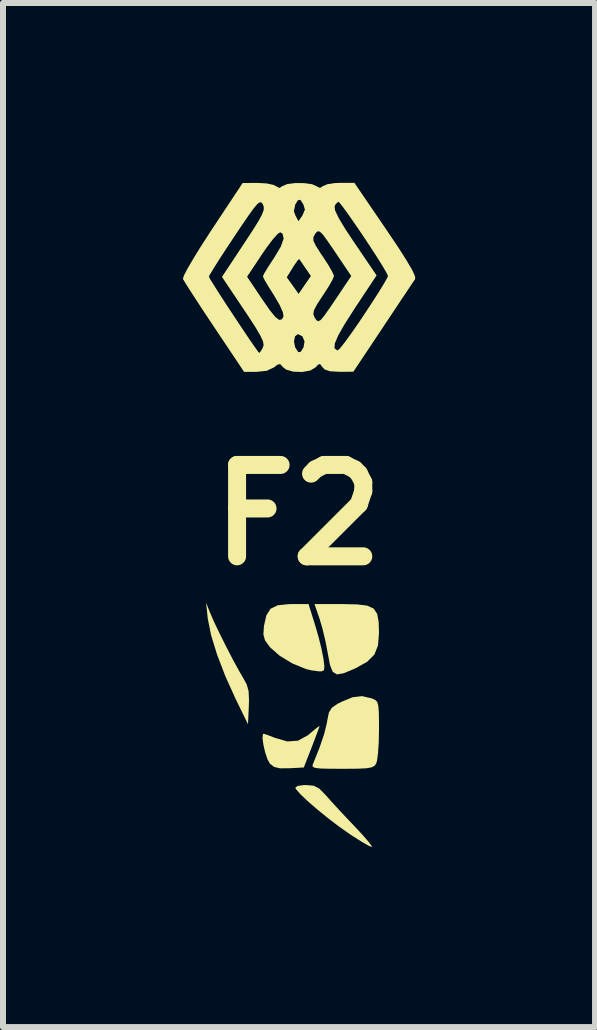
<source format=kicad_pcb>
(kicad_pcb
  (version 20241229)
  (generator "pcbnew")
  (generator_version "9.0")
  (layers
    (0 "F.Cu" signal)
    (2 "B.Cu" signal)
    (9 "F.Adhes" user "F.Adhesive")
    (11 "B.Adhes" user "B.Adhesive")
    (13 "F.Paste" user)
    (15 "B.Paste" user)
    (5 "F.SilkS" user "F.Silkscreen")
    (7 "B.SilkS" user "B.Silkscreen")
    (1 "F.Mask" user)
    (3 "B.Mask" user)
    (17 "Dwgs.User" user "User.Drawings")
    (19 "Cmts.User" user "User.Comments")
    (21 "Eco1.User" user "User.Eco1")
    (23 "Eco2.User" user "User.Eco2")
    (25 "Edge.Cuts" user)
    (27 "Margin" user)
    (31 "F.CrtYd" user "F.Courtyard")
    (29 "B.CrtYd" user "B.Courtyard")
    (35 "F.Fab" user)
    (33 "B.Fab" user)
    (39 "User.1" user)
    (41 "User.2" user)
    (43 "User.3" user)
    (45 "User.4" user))
  (footprint "F2"
    (layer "F.Cu")
    (at 1.92 5.539)
    (property "Reference" "F2" (at 0 0 0) (layer "F.SilkS") (effects (font (size 1.524 1.524) (thickness 0.3))))
    (attr board_only exclude_from_pos_files exclude_from_bom)
    (fp_poly (pts (xy -1.47 1.621) (xy -1.405 1.772) (xy -1.309 1.973) (xy -1.197 2.197) (xy -1.083 2.417) (xy -0.98 2.605) (xy -0.917 2.713) (xy -0.855 2.826) (xy -0.824 2.938) (xy -0.817 3.085) (xy -0.82 3.189) (xy -0.834 3.49) (xy -1.043 3.062) (xy -1.212 2.688) (xy -1.35 2.328) (xy -1.45 2.002) (xy -1.505 1.727) (xy -1.508 1.699) (xy -1.532 1.464)) (stroke (width 0) (type solid)) (fill yes) (layer "F.SilkS"))
    (fp_poly (pts (xy 0.987 1.491) (xy 1.156 1.512) (xy 1.263 1.562) (xy 1.321 1.65) (xy 1.346 1.789) (xy 1.351 1.971) (xy 1.334 2.176) (xy 1.274 2.328) (xy 1.155 2.447) (xy 0.963 2.555) (xy 0.934 2.568) (xy 0.763 2.639) (xy 0.65 2.659) (xy 0.58 2.617) (xy 0.534 2.504) (xy 0.498 2.315) (xy 0.458 2.105) (xy 0.407 1.892) (xy 0.359 1.729) (xy 0.275 1.486) (xy 0.743 1.486)) (stroke (width 0) (type solid)) (fill yes) (layer "F.SilkS"))
    (fp_poly (pts (xy 0.285 1.835) (xy 0.343 2.034) (xy 0.392 2.232) (xy 0.423 2.388) (xy 0.425 2.398) (xy 0.44 2.526) (xy 0.433 2.589) (xy 0.394 2.608) (xy 0.352 2.608) (xy 0.224 2.591) (xy 0.135 2.57) (xy -0.092 2.477) (xy -0.304 2.349) (xy -0.465 2.208) (xy -0.472 2.199) (xy -0.55 2.092) (xy -0.577 1.992) (xy -0.568 1.853) (xy -0.568 1.852) (xy -0.528 1.675) (xy -0.458 1.564) (xy -0.34 1.506) (xy -0.155 1.487) (xy -0.108 1.486) (xy 0.176 1.486)) (stroke (width 0) (type solid)) (fill yes) (layer "F.SilkS"))
    (fp_poly (pts (xy 0.261 4.515) (xy 0.355 4.563) (xy 0.457 4.667) (xy 0.462 4.672) (xy 0.556 4.778) (xy 0.691 4.925) (xy 0.846 5.09) (xy 0.941 5.19) (xy 1.073 5.331) (xy 1.172 5.445) (xy 1.227 5.518) (xy 1.233 5.539) (xy 1.178 5.516) (xy 1.068 5.453) (xy 0.923 5.362) (xy 0.854 5.316) (xy 0.682 5.195) (xy 0.5 5.056) (xy 0.324 4.913) (xy 0.167 4.777) (xy 0.044 4.661) (xy -0.03 4.577) (xy -0.045 4.546) (xy -0.005 4.519) (xy 0.095 4.505) (xy 0.136 4.504)) (stroke (width 0) (type solid)) (fill yes) (layer "F.SilkS"))
    (fp_poly (pts (xy 0.345 3.566) (xy 0.304 3.675) (xy 0.247 3.826) (xy 0.229 3.873) (xy 0.097 4.211) (xy -0.145 4.224) (xy -0.301 4.225) (xy -0.399 4.202) (xy -0.468 4.148) (xy -0.469 4.147) (xy -0.51 4.073) (xy -0.548 3.958) (xy -0.577 3.831) (xy -0.592 3.721) (xy -0.585 3.655) (xy -0.574 3.648) (xy -0.522 3.664) (xy -0.42 3.703) (xy -0.39 3.715) (xy -0.178 3.777) (xy 0.00019 3.764) (xy 0.166 3.673) (xy 0.201 3.643) (xy 0.294 3.565) (xy 0.351 3.522) (xy 0.36 3.519)) (stroke (width 0) (type solid)) (fill yes) (layer "F.SilkS"))
    (fp_poly (pts (xy 1.228 3.058) (xy 1.236 3.061) (xy 1.287 3.084) (xy 1.32 3.117) (xy 1.339 3.178) (xy 1.348 3.285) (xy 1.351 3.454) (xy 1.351 3.582) (xy 1.347 3.789) (xy 1.335 3.969) (xy 1.318 4.098) (xy 1.304 4.146) (xy 1.276 4.184) (xy 1.228 4.209) (xy 1.143 4.224) (xy 1.006 4.231) (xy 0.799 4.233) (xy 0.737 4.233) (xy 0.514 4.232) (xy 0.367 4.228) (xy 0.282 4.217) (xy 0.246 4.199) (xy 0.243 4.17) (xy 0.249 4.155) (xy 0.362 3.872) (xy 0.437 3.651) (xy 0.481 3.471) (xy 0.489 3.423) (xy 0.515 3.295) (xy 0.564 3.215) (xy 0.66 3.149) (xy 0.719 3.119) (xy 0.909 3.04) (xy 1.068 3.021)) (stroke (width 0) (type solid)) (fill yes) (layer "F.SilkS"))
    (fp_poly (pts (xy 1.468 -4.767) (xy 1.665 -4.475) (xy 1.809 -4.249) (xy 1.904 -4.087) (xy 1.951 -3.984) (xy 1.955 -3.936) (xy 1.918 -3.882) (xy 1.84 -3.765) (xy 1.728 -3.598) (xy 1.592 -3.393) (xy 1.439 -3.164) (xy 1.419 -3.133) (xy 0.923 -2.389) (xy 0.689 -2.388) (xy 0.532 -2.397) (xy 0.442 -2.428) (xy 0.408 -2.466) (xy 0.366 -2.52) (xy 0.327 -2.501) (xy 0.299 -2.466) (xy 0.208 -2.41) (xy 0.071 -2.385) (xy -0.078 -2.39) (xy -0.201 -2.426) (xy -0.25 -2.465) (xy -0.298 -2.517) (xy -0.345 -2.506) (xy -0.394 -2.465) (xy -0.521 -2.405) (xy -0.69 -2.387) (xy -0.899 -2.387) (xy -1.398 -3.133) (xy -1.552 -3.364) (xy -1.689 -3.573) (xy -1.801 -3.746) (xy -1.88 -3.871) (xy -1.918 -3.935) (xy -1.92 -3.939) (xy -1.908 -3.975) (xy -1.486 -3.975) (xy -1.463 -3.93) (xy -1.399 -3.827) (xy -1.306 -3.68) (xy -1.192 -3.505) (xy -1.068 -3.317) (xy -0.944 -3.13) (xy -0.83 -2.96) (xy -0.735 -2.822) (xy -0.67 -2.731) (xy -0.645 -2.702) (xy -0.618 -2.736) (xy -0.586 -2.792) (xy -0.573 -2.837) (xy -0.584 -2.895) (xy -0.067 -2.895) (xy -0.048 -2.799) (xy -0.043 -2.789) (xy 0.006 -2.715) (xy 0.046 -2.722) (xy 0.082 -2.78) (xy 0.608 -2.78) (xy 0.651 -2.748) (xy 0.667 -2.747) (xy 0.704 -2.783) (xy 0.781 -2.881) (xy 0.889 -3.03) (xy 1.018 -3.215) (xy 1.104 -3.344) (xy 1.239 -3.549) (xy 1.355 -3.73) (xy 1.442 -3.873) (xy 1.492 -3.962) (xy 1.501 -3.986) (xy 1.477 -4.038) (xy 1.413 -4.148) (xy 1.319 -4.299) (xy 1.204 -4.476) (xy 1.08 -4.663) (xy 0.956 -4.845) (xy 0.843 -5.008) (xy 0.751 -5.134) (xy 0.691 -5.21) (xy 0.673 -5.224) (xy 0.631 -5.188) (xy 0.61 -5.147) (xy 0.619 -5.078) (xy 0.679 -4.953) (xy 0.791 -4.766) (xy 0.946 -4.533) (xy 1.311 -3.996) (xy 0.943 -3.441) (xy 0.779 -3.184) (xy 0.67 -2.993) (xy 0.614 -2.86) (xy 0.608 -2.78) (xy 0.082 -2.78) (xy 0.092 -2.795) (xy 0.109 -2.894) (xy 0.073 -2.98) (xy -0.001 -3.017) (xy -0.049 -2.98) (xy -0.067 -2.895) (xy -0.584 -2.895) (xy -0.585 -2.9) (xy -0.628 -2.992) (xy -0.707 -3.127) (xy -0.829 -3.316) (xy -0.903 -3.426) (xy -1.268 -3.971) (xy -1.266 -3.974) (xy -0.849 -3.974) (xy -0.604 -3.609) (xy -0.474 -3.421) (xy -0.38 -3.305) (xy -0.315 -3.254) (xy -0.271 -3.261) (xy -0.241 -3.311) (xy -0.247 -3.348) (xy 0.256 -3.348) (xy 0.278 -3.292) (xy 0.279 -3.29) (xy 0.31 -3.246) (xy 0.34 -3.231) (xy 0.379 -3.253) (xy 0.438 -3.323) (xy 0.527 -3.449) (xy 0.65 -3.631) (xy 0.888 -3.986) (xy 0.62 -4.384) (xy 0.501 -4.559) (xy 0.421 -4.669) (xy 0.368 -4.724) (xy 0.331 -4.733) (xy 0.301 -4.708) (xy 0.287 -4.689) (xy 0.257 -4.634) (xy 0.257 -4.577) (xy 0.294 -4.496) (xy 0.374 -4.369) (xy 0.411 -4.315) (xy 0.503 -4.174) (xy 0.57 -4.058) (xy 0.6 -3.99) (xy 0.6 -3.986) (xy 0.577 -3.926) (xy 0.514 -3.815) (xy 0.425 -3.676) (xy 0.412 -3.657) (xy 0.316 -3.51) (xy 0.266 -3.414) (xy 0.256 -3.348) (xy -0.247 -3.348) (xy -0.252 -3.381) (xy -0.306 -3.502) (xy -0.393 -3.651) (xy -0.4 -3.663) (xy -0.489 -3.804) (xy -0.555 -3.915) (xy -0.579 -3.964) (xy -0.187 -3.964) (xy -0.088 -3.826) (xy 0.01 -3.688) (xy 0.112 -3.837) (xy 0.215 -3.986) (xy 0.122 -4.121) (xy 0.059 -4.213) (xy 0.022 -4.266) (xy 0.02 -4.269) (xy -0.007 -4.244) (xy -0.063 -4.164) (xy -0.088 -4.124) (xy -0.187 -3.964) (xy -0.579 -3.964) (xy -0.585 -3.976) (xy -0.585 -3.98) (xy -0.562 -4.031) (xy -0.5 -4.134) (xy -0.412 -4.269) (xy -0.402 -4.283) (xy -0.287 -4.475) (xy -0.239 -4.611) (xy -0.259 -4.693) (xy -0.296 -4.715) (xy -0.34 -4.687) (xy -0.419 -4.598) (xy -0.521 -4.463) (xy -0.597 -4.353) (xy -0.849 -3.974) (xy -1.266 -3.974) (xy -0.901 -4.526) (xy -0.757 -4.745) (xy -0.659 -4.902) (xy -0.6 -5.012) (xy -0.58 -5.066) (xy -0.069 -5.066) (xy -0.043 -4.995) (xy 0.008 -4.9) (xy 0.073 -4.994) (xy 0.115 -5.093) (xy 0.09 -5.178) (xy 0.04 -5.256) (xy -0.001 -5.25) (xy -0.045 -5.179) (xy -0.069 -5.066) (xy -0.58 -5.066) (xy -0.572 -5.087) (xy -0.571 -5.141) (xy -0.586 -5.18) (xy -0.608 -5.211) (xy -0.636 -5.216) (xy -0.678 -5.186) (xy -0.74 -5.112) (xy -0.831 -4.986) (xy -0.959 -4.798) (xy -1.062 -4.644) (xy -1.202 -4.433) (xy -1.323 -4.247) (xy -1.415 -4.1) (xy -1.472 -4.005) (xy -1.486 -3.975) (xy -1.908 -3.975) (xy -1.903 -3.993) (xy -1.842 -4.11) (xy -1.745 -4.276) (xy -1.619 -4.481) (xy -1.47 -4.711) (xy -1.433 -4.768) (xy -0.923 -5.537) (xy -0.673 -5.538) (xy -0.525 -5.53) (xy -0.41 -5.506) (xy -0.369 -5.485) (xy -0.308 -5.454) (xy -0.261 -5.485) (xy -0.18 -5.519) (xy -0.047 -5.536) (xy 0.103 -5.535) (xy 0.234 -5.517) (xy 0.306 -5.485) (xy 0.368 -5.454) (xy 0.414 -5.485) (xy 0.488 -5.516) (xy 0.616 -5.536) (xy 0.705 -5.539) (xy 0.941 -5.539)) (stroke (width 0) (type solid)) (fill yes) (layer "F.SilkS")))
  (gr_rect
    (start -3 -3)
    (end 6.874 14.079)
    (stroke (width 0.1) (type default))
    (fill no)
    (layer "Edge.Cuts")))
</source>
